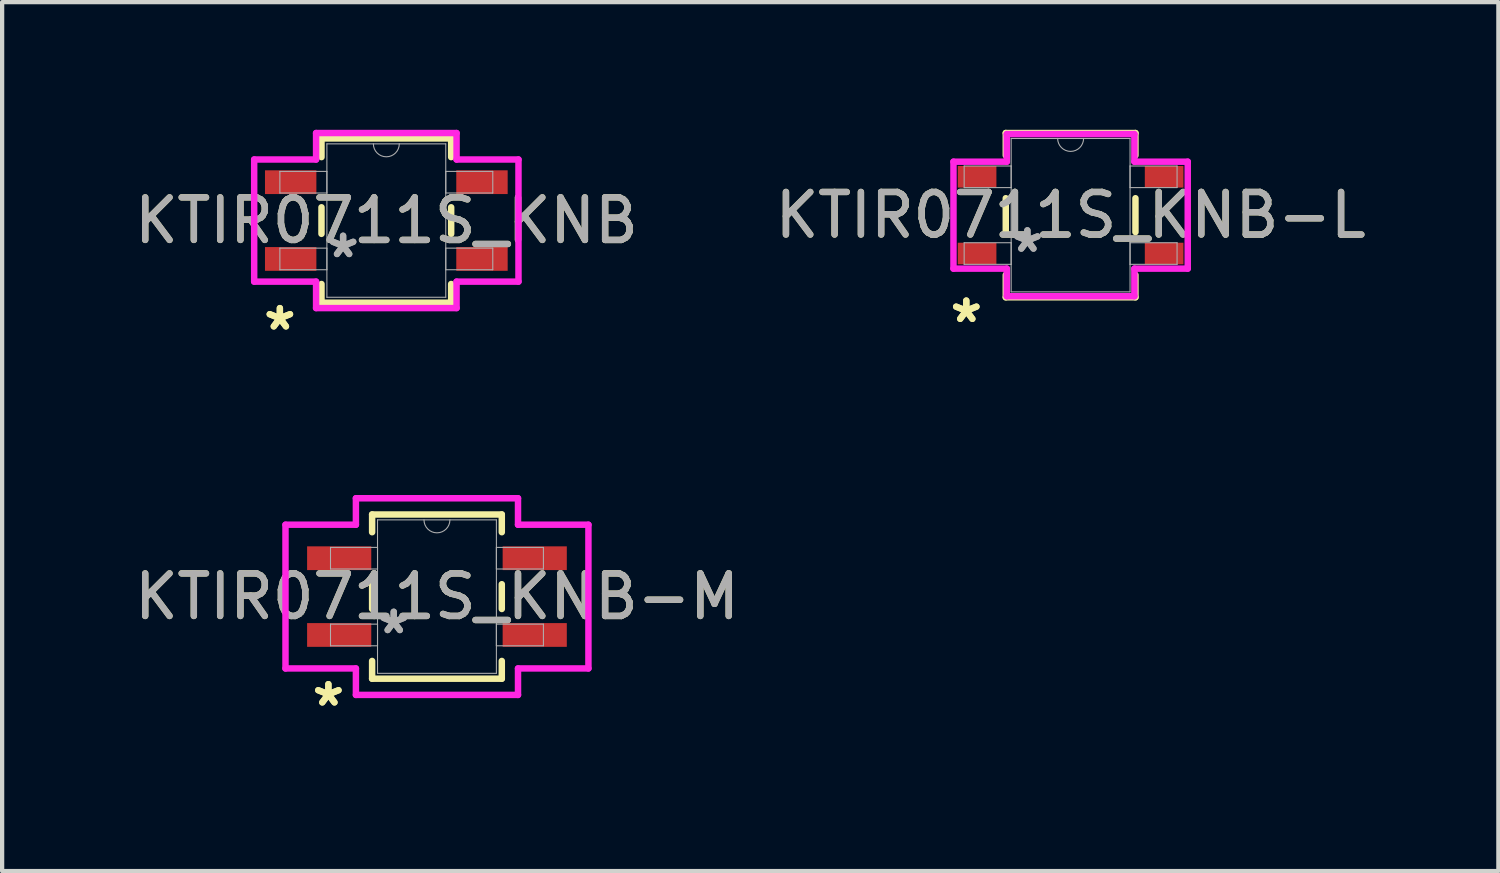
<source format=kicad_pcb>
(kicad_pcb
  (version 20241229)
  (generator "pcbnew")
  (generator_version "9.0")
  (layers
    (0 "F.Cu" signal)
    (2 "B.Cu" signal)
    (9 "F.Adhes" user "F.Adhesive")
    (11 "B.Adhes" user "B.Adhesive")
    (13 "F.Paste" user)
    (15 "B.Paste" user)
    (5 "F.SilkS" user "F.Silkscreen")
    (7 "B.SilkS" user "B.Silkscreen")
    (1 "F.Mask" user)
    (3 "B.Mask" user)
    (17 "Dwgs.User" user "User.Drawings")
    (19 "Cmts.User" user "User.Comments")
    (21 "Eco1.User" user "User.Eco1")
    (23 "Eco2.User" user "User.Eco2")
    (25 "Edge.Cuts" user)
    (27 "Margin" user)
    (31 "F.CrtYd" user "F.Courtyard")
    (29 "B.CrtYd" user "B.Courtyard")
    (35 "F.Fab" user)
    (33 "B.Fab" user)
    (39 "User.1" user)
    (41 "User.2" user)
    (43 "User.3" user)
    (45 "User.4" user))
  (footprint "KTIR0711S_KNB-L"
    (layer "F.Cu")
    (at 22.113 2.007)
    (property "Reference" "KTIR0711S_KNB-L" (at 0 0 0) (unlocked yes) (layer "F.SilkS") (effects (font (size 1 1) (thickness 0.15))))
    (attr smd)
    (fp_line (start -1.524 -1.93) (end -1.524 -1.405) (stroke (width 0.152) (type solid)) (layer "F.SilkS"))
    (fp_line (start -1.524 -0.398) (end -1.524 0.398) (stroke (width 0.152) (type solid)) (layer "F.SilkS"))
    (fp_line (start -1.524 1.405) (end -1.524 1.93) (stroke (width 0.152) (type solid)) (layer "F.SilkS"))
    (fp_line (start -1.524 1.93) (end 1.524 1.93) (stroke (width 0.152) (type solid)) (layer "F.SilkS"))
    (fp_line (start 1.524 -1.93) (end -1.524 -1.93) (stroke (width 0.152) (type solid)) (layer "F.SilkS"))
    (fp_line (start 1.524 -1.405) (end 1.524 -1.93) (stroke (width 0.152) (type solid)) (layer "F.SilkS"))
    (fp_line (start 1.524 0.398) (end 1.524 -0.398) (stroke (width 0.152) (type solid)) (layer "F.SilkS"))
    (fp_line (start 1.524 1.93) (end 1.524 1.405) (stroke (width 0.152) (type solid)) (layer "F.SilkS"))
    (fp_line (start -2.753 -1.257) (end -1.499 -1.257) (stroke (width 0.152) (type solid)) (layer "F.CrtYd"))
    (fp_line (start -2.753 1.257) (end -2.753 -1.257) (stroke (width 0.152) (type solid)) (layer "F.CrtYd"))
    (fp_line (start -2.753 1.257) (end -1.499 1.257) (stroke (width 0.152) (type solid)) (layer "F.CrtYd"))
    (fp_line (start -1.499 -1.905) (end 1.499 -1.905) (stroke (width 0.152) (type solid)) (layer "F.CrtYd"))
    (fp_line (start -1.499 -1.257) (end -1.499 -1.905) (stroke (width 0.152) (type solid)) (layer "F.CrtYd"))
    (fp_line (start -1.499 1.905) (end -1.499 1.257) (stroke (width 0.152) (type solid)) (layer "F.CrtYd"))
    (fp_line (start 1.499 -1.905) (end 1.499 -1.257) (stroke (width 0.152) (type solid)) (layer "F.CrtYd"))
    (fp_line (start 1.499 1.257) (end 1.499 1.905) (stroke (width 0.152) (type solid)) (layer "F.CrtYd"))
    (fp_line (start 1.499 1.905) (end -1.499 1.905) (stroke (width 0.152) (type solid)) (layer "F.CrtYd"))
    (fp_line (start 2.753 -1.257) (end 1.499 -1.257) (stroke (width 0.152) (type solid)) (layer "F.CrtYd"))
    (fp_line (start 2.753 -1.257) (end 2.753 1.257) (stroke (width 0.152) (type solid)) (layer "F.CrtYd"))
    (fp_line (start 2.753 1.257) (end 1.499 1.257) (stroke (width 0.152) (type solid)) (layer "F.CrtYd"))
    (fp_line (start -2.502 -1.156) (end -2.502 -0.648) (stroke (width 0.025) (type solid)) (layer "F.Fab"))
    (fp_line (start -2.502 -0.648) (end -1.397 -0.648) (stroke (width 0.025) (type solid)) (layer "F.Fab"))
    (fp_line (start -2.502 0.648) (end -2.502 1.156) (stroke (width 0.025) (type solid)) (layer "F.Fab"))
    (fp_line (start -2.502 1.156) (end -1.397 1.156) (stroke (width 0.025) (type solid)) (layer "F.Fab"))
    (fp_line (start -1.397 -1.803) (end -1.397 1.803) (stroke (width 0.025) (type solid)) (layer "F.Fab"))
    (fp_line (start -1.397 -1.156) (end -2.502 -1.156) (stroke (width 0.025) (type solid)) (layer "F.Fab"))
    (fp_line (start -1.397 -0.648) (end -1.397 -1.156) (stroke (width 0.025) (type solid)) (layer "F.Fab"))
    (fp_line (start -1.397 0.648) (end -2.502 0.648) (stroke (width 0.025) (type solid)) (layer "F.Fab"))
    (fp_line (start -1.397 1.156) (end -1.397 0.648) (stroke (width 0.025) (type solid)) (layer "F.Fab"))
    (fp_line (start -1.397 1.803) (end 1.397 1.803) (stroke (width 0.025) (type solid)) (layer "F.Fab"))
    (fp_line (start 1.397 -1.803) (end -1.397 -1.803) (stroke (width 0.025) (type solid)) (layer "F.Fab"))
    (fp_line (start 1.397 -1.156) (end 1.397 -0.648) (stroke (width 0.025) (type solid)) (layer "F.Fab"))
    (fp_line (start 1.397 -0.648) (end 2.502 -0.648) (stroke (width 0.025) (type solid)) (layer "F.Fab"))
    (fp_line (start 1.397 0.648) (end 1.397 1.156) (stroke (width 0.025) (type solid)) (layer "F.Fab"))
    (fp_line (start 1.397 1.156) (end 2.502 1.156) (stroke (width 0.025) (type solid)) (layer "F.Fab"))
    (fp_line (start 1.397 1.803) (end 1.397 -1.803) (stroke (width 0.025) (type solid)) (layer "F.Fab"))
    (fp_line (start 2.502 -1.156) (end 1.397 -1.156) (stroke (width 0.025) (type solid)) (layer "F.Fab"))
    (fp_line (start 2.502 -0.648) (end 2.502 -1.156) (stroke (width 0.025) (type solid)) (layer "F.Fab"))
    (fp_line (start 2.502 0.648) (end 1.397 0.648) (stroke (width 0.025) (type solid)) (layer "F.Fab"))
    (fp_line (start 2.502 1.156) (end 2.502 0.648) (stroke (width 0.025) (type solid)) (layer "F.Fab"))
    (fp_arc (start 0.3048 -1.8034) (mid 0 -1.4986) (end -0.3048 -1.8034) (stroke (width 0.0254) (type solid)) (layer "F.Fab"))
    (fp_text user "*" (at -2.452 2.553 0) (layer "F.SilkS") (effects (font (size 1 1) (thickness 0.15))))
    (fp_text user "*" (at -2.452 2.553 0) (unlocked yes) (layer "F.SilkS") (effects (font (size 1 1) (thickness 0.15))))
    (fp_text user "*" (at -1.016 0.902 0) (unlocked yes) (layer "F.Fab") (effects (font (size 1 1) (thickness 0.15))))
    (fp_text user "*" (at -1.016 0.902 0) (layer "F.Fab") (effects (font (size 1 1) (thickness 0.15))))
    (fp_text user "${REFERENCE}" (at 0 0 0) (unlocked yes) (layer "F.Fab") (effects (font (size 1 1) (thickness 0.15))))
    (pad "1" smd rect (at -2.198 0.902) (size 0.908 0.508) (layers "F.Cu" "F.Mask" "F.Paste"))
    (pad "2" smd rect (at -2.198 -0.902) (size 0.908 0.508) (layers "F.Cu" "F.Mask" "F.Paste"))
    (pad "3" smd rect (at 2.198 -0.902) (size 0.908 0.508) (layers "F.Cu" "F.Mask" "F.Paste"))
    (pad "4" smd rect (at 2.198 0.902) (size 0.908 0.508) (layers "F.Cu" "F.Mask" "F.Paste")))
  (footprint "KTIR0711S_KNB-M"
    (layer "F.Cu")
    (at 7.22 10.972)
    (property "Reference" "KTIR0711S_KNB-M" (at 0 0 0) (unlocked yes) (layer "F.SilkS") (effects (font (size 1 1) (thickness 0.15))))
    (attr smd)
    (fp_line (start -1.524 -1.93) (end -1.524 -1.513) (stroke (width 0.152) (type solid)) (layer "F.SilkS"))
    (fp_line (start -1.524 -0.291) (end -1.524 0.291) (stroke (width 0.152) (type solid)) (layer "F.SilkS"))
    (fp_line (start -1.524 1.513) (end -1.524 1.93) (stroke (width 0.152) (type solid)) (layer "F.SilkS"))
    (fp_line (start -1.524 1.93) (end 1.524 1.93) (stroke (width 0.152) (type solid)) (layer "F.SilkS"))
    (fp_line (start 1.524 -1.93) (end -1.524 -1.93) (stroke (width 0.152) (type solid)) (layer "F.SilkS"))
    (fp_line (start 1.524 -1.513) (end 1.524 -1.93) (stroke (width 0.152) (type solid)) (layer "F.SilkS"))
    (fp_line (start 1.524 0.291) (end 1.524 -0.291) (stroke (width 0.152) (type solid)) (layer "F.SilkS"))
    (fp_line (start 1.524 1.93) (end 1.524 1.513) (stroke (width 0.152) (type solid)) (layer "F.SilkS"))
    (fp_line (start -3.56 -1.689) (end -1.905 -1.689) (stroke (width 0.152) (type solid)) (layer "F.CrtYd"))
    (fp_line (start -3.56 1.689) (end -3.56 -1.689) (stroke (width 0.152) (type solid)) (layer "F.CrtYd"))
    (fp_line (start -3.56 1.689) (end -1.905 1.689) (stroke (width 0.152) (type solid)) (layer "F.CrtYd"))
    (fp_line (start -1.905 -2.311) (end 1.905 -2.311) (stroke (width 0.152) (type solid)) (layer "F.CrtYd"))
    (fp_line (start -1.905 -1.689) (end -1.905 -2.311) (stroke (width 0.152) (type solid)) (layer "F.CrtYd"))
    (fp_line (start -1.905 2.311) (end -1.905 1.689) (stroke (width 0.152) (type solid)) (layer "F.CrtYd"))
    (fp_line (start 1.905 -2.311) (end 1.905 -1.689) (stroke (width 0.152) (type solid)) (layer "F.CrtYd"))
    (fp_line (start 1.905 1.689) (end 1.905 2.311) (stroke (width 0.152) (type solid)) (layer "F.CrtYd"))
    (fp_line (start 1.905 2.311) (end -1.905 2.311) (stroke (width 0.152) (type solid)) (layer "F.CrtYd"))
    (fp_line (start 3.56 -1.689) (end 1.905 -1.689) (stroke (width 0.152) (type solid)) (layer "F.CrtYd"))
    (fp_line (start 3.56 -1.689) (end 3.56 1.689) (stroke (width 0.152) (type solid)) (layer "F.CrtYd"))
    (fp_line (start 3.56 1.689) (end 1.905 1.689) (stroke (width 0.152) (type solid)) (layer "F.CrtYd"))
    (fp_line (start -2.502 -1.156) (end -2.502 -0.648) (stroke (width 0.025) (type solid)) (layer "F.Fab"))
    (fp_line (start -2.502 -0.648) (end -1.397 -0.648) (stroke (width 0.025) (type solid)) (layer "F.Fab"))
    (fp_line (start -2.502 0.648) (end -2.502 1.156) (stroke (width 0.025) (type solid)) (layer "F.Fab"))
    (fp_line (start -2.502 1.156) (end -1.397 1.156) (stroke (width 0.025) (type solid)) (layer "F.Fab"))
    (fp_line (start -1.397 -1.803) (end -1.397 1.803) (stroke (width 0.025) (type solid)) (layer "F.Fab"))
    (fp_line (start -1.397 -1.156) (end -2.502 -1.156) (stroke (width 0.025) (type solid)) (layer "F.Fab"))
    (fp_line (start -1.397 -0.648) (end -1.397 -1.156) (stroke (width 0.025) (type solid)) (layer "F.Fab"))
    (fp_line (start -1.397 0.648) (end -2.502 0.648) (stroke (width 0.025) (type solid)) (layer "F.Fab"))
    (fp_line (start -1.397 1.156) (end -1.397 0.648) (stroke (width 0.025) (type solid)) (layer "F.Fab"))
    (fp_line (start -1.397 1.803) (end 1.397 1.803) (stroke (width 0.025) (type solid)) (layer "F.Fab"))
    (fp_line (start 1.397 -1.803) (end -1.397 -1.803) (stroke (width 0.025) (type solid)) (layer "F.Fab"))
    (fp_line (start 1.397 -1.156) (end 1.397 -0.648) (stroke (width 0.025) (type solid)) (layer "F.Fab"))
    (fp_line (start 1.397 -0.648) (end 2.502 -0.648) (stroke (width 0.025) (type solid)) (layer "F.Fab"))
    (fp_line (start 1.397 0.648) (end 1.397 1.156) (stroke (width 0.025) (type solid)) (layer "F.Fab"))
    (fp_line (start 1.397 1.156) (end 2.502 1.156) (stroke (width 0.025) (type solid)) (layer "F.Fab"))
    (fp_line (start 1.397 1.803) (end 1.397 -1.803) (stroke (width 0.025) (type solid)) (layer "F.Fab"))
    (fp_line (start 2.502 -1.156) (end 1.397 -1.156) (stroke (width 0.025) (type solid)) (layer "F.Fab"))
    (fp_line (start 2.502 -0.648) (end 2.502 -1.156) (stroke (width 0.025) (type solid)) (layer "F.Fab"))
    (fp_line (start 2.502 0.648) (end 1.397 0.648) (stroke (width 0.025) (type solid)) (layer "F.Fab"))
    (fp_line (start 2.502 1.156) (end 2.502 0.648) (stroke (width 0.025) (type solid)) (layer "F.Fab"))
    (fp_arc (start 0.3048 -1.8034) (mid 0 -1.4986) (end -0.3048 -1.8034) (stroke (width 0.0254) (type solid)) (layer "F.Fab"))
    (fp_text user "*" (at -2.552 2.603 0) (layer "F.SilkS") (effects (font (size 1 1) (thickness 0.15))))
    (fp_text user "*" (at -2.552 2.603 0) (unlocked yes) (layer "F.SilkS") (effects (font (size 1 1) (thickness 0.15))))
    (fp_text user "${REFERENCE}" (at 0 0 0) (unlocked yes) (layer "F.Fab") (effects (font (size 1 1) (thickness 0.15))))
    (fp_text user "*" (at -1.016 0.902 0) (layer "F.Fab") (effects (font (size 1 1) (thickness 0.15))))
    (fp_text user "*" (at -1.016 0.902 0) (unlocked yes) (layer "F.Fab") (effects (font (size 1 1) (thickness 0.15))))
    (pad "1" smd rect (at -2.298 0.902) (size 1.508 0.558) (layers "F.Cu" "F.Mask" "F.Paste"))
    (pad "2" smd rect (at -2.298 -0.902) (size 1.508 0.558) (layers "F.Cu" "F.Mask" "F.Paste"))
    (pad "3" smd rect (at 2.298 -0.902) (size 1.508 0.558) (layers "F.Cu" "F.Mask" "F.Paste"))
    (pad "4" smd rect (at 2.298 0.902) (size 1.508 0.558) (layers "F.Cu" "F.Mask" "F.Paste")))
  (footprint "KTIR0711S_KNB"
    (layer "F.Cu")
    (at 6.03 2.134)
    (property "Reference" "KTIR0711S_KNB" (at 0 0 0) (unlocked yes) (layer "F.SilkS") (effects (font (size 1 1) (thickness 0.15))))
    (attr smd)
    (fp_line (start -1.524 -1.93) (end -1.524 -1.491) (stroke (width 0.152) (type solid)) (layer "F.SilkS"))
    (fp_line (start -1.524 -0.312) (end -1.524 0.312) (stroke (width 0.152) (type solid)) (layer "F.SilkS"))
    (fp_line (start -1.524 1.491) (end -1.524 1.93) (stroke (width 0.152) (type solid)) (layer "F.SilkS"))
    (fp_line (start -1.524 1.93) (end 1.524 1.93) (stroke (width 0.152) (type solid)) (layer "F.SilkS"))
    (fp_line (start 1.524 -1.93) (end -1.524 -1.93) (stroke (width 0.152) (type solid)) (layer "F.SilkS"))
    (fp_line (start 1.524 -1.491) (end 1.524 -1.93) (stroke (width 0.152) (type solid)) (layer "F.SilkS"))
    (fp_line (start 1.524 0.312) (end 1.524 -0.312) (stroke (width 0.152) (type solid)) (layer "F.SilkS"))
    (fp_line (start 1.524 1.93) (end 1.524 1.491) (stroke (width 0.152) (type solid)) (layer "F.SilkS"))
    (fp_line (start -3.106 -1.435) (end -1.651 -1.435) (stroke (width 0.152) (type solid)) (layer "F.CrtYd"))
    (fp_line (start -3.106 1.435) (end -3.106 -1.435) (stroke (width 0.152) (type solid)) (layer "F.CrtYd"))
    (fp_line (start -3.106 1.435) (end -1.651 1.435) (stroke (width 0.152) (type solid)) (layer "F.CrtYd"))
    (fp_line (start -1.651 -2.057) (end 1.651 -2.057) (stroke (width 0.152) (type solid)) (layer "F.CrtYd"))
    (fp_line (start -1.651 -1.435) (end -1.651 -2.057) (stroke (width 0.152) (type solid)) (layer "F.CrtYd"))
    (fp_line (start -1.651 2.057) (end -1.651 1.435) (stroke (width 0.152) (type solid)) (layer "F.CrtYd"))
    (fp_line (start 1.651 -2.057) (end 1.651 -1.435) (stroke (width 0.152) (type solid)) (layer "F.CrtYd"))
    (fp_line (start 1.651 1.435) (end 1.651 2.057) (stroke (width 0.152) (type solid)) (layer "F.CrtYd"))
    (fp_line (start 1.651 2.057) (end -1.651 2.057) (stroke (width 0.152) (type solid)) (layer "F.CrtYd"))
    (fp_line (start 3.106 -1.435) (end 1.651 -1.435) (stroke (width 0.152) (type solid)) (layer "F.CrtYd"))
    (fp_line (start 3.106 -1.435) (end 3.106 1.435) (stroke (width 0.152) (type solid)) (layer "F.CrtYd"))
    (fp_line (start 3.106 1.435) (end 1.651 1.435) (stroke (width 0.152) (type solid)) (layer "F.CrtYd"))
    (fp_line (start -2.502 -1.156) (end -2.502 -0.648) (stroke (width 0.025) (type solid)) (layer "F.Fab"))
    (fp_line (start -2.502 -0.648) (end -1.397 -0.648) (stroke (width 0.025) (type solid)) (layer "F.Fab"))
    (fp_line (start -2.502 0.648) (end -2.502 1.156) (stroke (width 0.025) (type solid)) (layer "F.Fab"))
    (fp_line (start -2.502 1.156) (end -1.397 1.156) (stroke (width 0.025) (type solid)) (layer "F.Fab"))
    (fp_line (start -1.397 -1.803) (end -1.397 1.803) (stroke (width 0.025) (type solid)) (layer "F.Fab"))
    (fp_line (start -1.397 -1.156) (end -2.502 -1.156) (stroke (width 0.025) (type solid)) (layer "F.Fab"))
    (fp_line (start -1.397 -0.648) (end -1.397 -1.156) (stroke (width 0.025) (type solid)) (layer "F.Fab"))
    (fp_line (start -1.397 0.648) (end -2.502 0.648) (stroke (width 0.025) (type solid)) (layer "F.Fab"))
    (fp_line (start -1.397 1.156) (end -1.397 0.648) (stroke (width 0.025) (type solid)) (layer "F.Fab"))
    (fp_line (start -1.397 1.803) (end 1.397 1.803) (stroke (width 0.025) (type solid)) (layer "F.Fab"))
    (fp_line (start 1.397 -1.803) (end -1.397 -1.803) (stroke (width 0.025) (type solid)) (layer "F.Fab"))
    (fp_line (start 1.397 -1.156) (end 1.397 -0.648) (stroke (width 0.025) (type solid)) (layer "F.Fab"))
    (fp_line (start 1.397 -0.648) (end 2.502 -0.648) (stroke (width 0.025) (type solid)) (layer "F.Fab"))
    (fp_line (start 1.397 0.648) (end 1.397 1.156) (stroke (width 0.025) (type solid)) (layer "F.Fab"))
    (fp_line (start 1.397 1.156) (end 2.502 1.156) (stroke (width 0.025) (type solid)) (layer "F.Fab"))
    (fp_line (start 1.397 1.803) (end 1.397 -1.803) (stroke (width 0.025) (type solid)) (layer "F.Fab"))
    (fp_line (start 2.502 -1.156) (end 1.397 -1.156) (stroke (width 0.025) (type solid)) (layer "F.Fab"))
    (fp_line (start 2.502 -0.648) (end 2.502 -1.156) (stroke (width 0.025) (type solid)) (layer "F.Fab"))
    (fp_line (start 2.502 0.648) (end 1.397 0.648) (stroke (width 0.025) (type solid)) (layer "F.Fab"))
    (fp_line (start 2.502 1.156) (end 2.502 0.648) (stroke (width 0.025) (type solid)) (layer "F.Fab"))
    (fp_arc (start 0.3048 -1.8034) (mid 0 -1.4986) (end -0.3048 -1.8034) (stroke (width 0.0254) (type solid)) (layer "F.Fab"))
    (fp_text user "*" (at -2.502 2.603 0) (layer "F.SilkS") (effects (font (size 1 1) (thickness 0.15))))
    (fp_text user "*" (at -2.502 2.603 0) (unlocked yes) (layer "F.SilkS") (effects (font (size 1 1) (thickness 0.15))))
    (fp_text user "*" (at -1.016 0.902 0) (unlocked yes) (layer "F.Fab") (effects (font (size 1 1) (thickness 0.15))))
    (fp_text user "*" (at -1.016 0.902 0) (layer "F.Fab") (effects (font (size 1 1) (thickness 0.15))))
    (fp_text user "${REFERENCE}" (at 0 0 0) (unlocked yes) (layer "F.Fab") (effects (font (size 1 1) (thickness 0.15))))
    (pad "1" smd rect (at -2.248 0.902) (size 1.208 0.558) (layers "F.Cu" "F.Mask" "F.Paste"))
    (pad "2" smd rect (at -2.248 -0.902) (size 1.208 0.558) (layers "F.Cu" "F.Mask" "F.Paste"))
    (pad "3" smd rect (at 2.248 -0.902) (size 1.208 0.558) (layers "F.Cu" "F.Mask" "F.Paste"))
    (pad "4" smd rect (at 2.248 0.902) (size 1.208 0.558) (layers "F.Cu" "F.Mask" "F.Paste")))
  (gr_rect
    (start -3 -3)
    (end 32.167 17.423)
    (stroke (width 0.1) (type default))
    (fill no)
    (layer "Edge.Cuts")))
</source>
